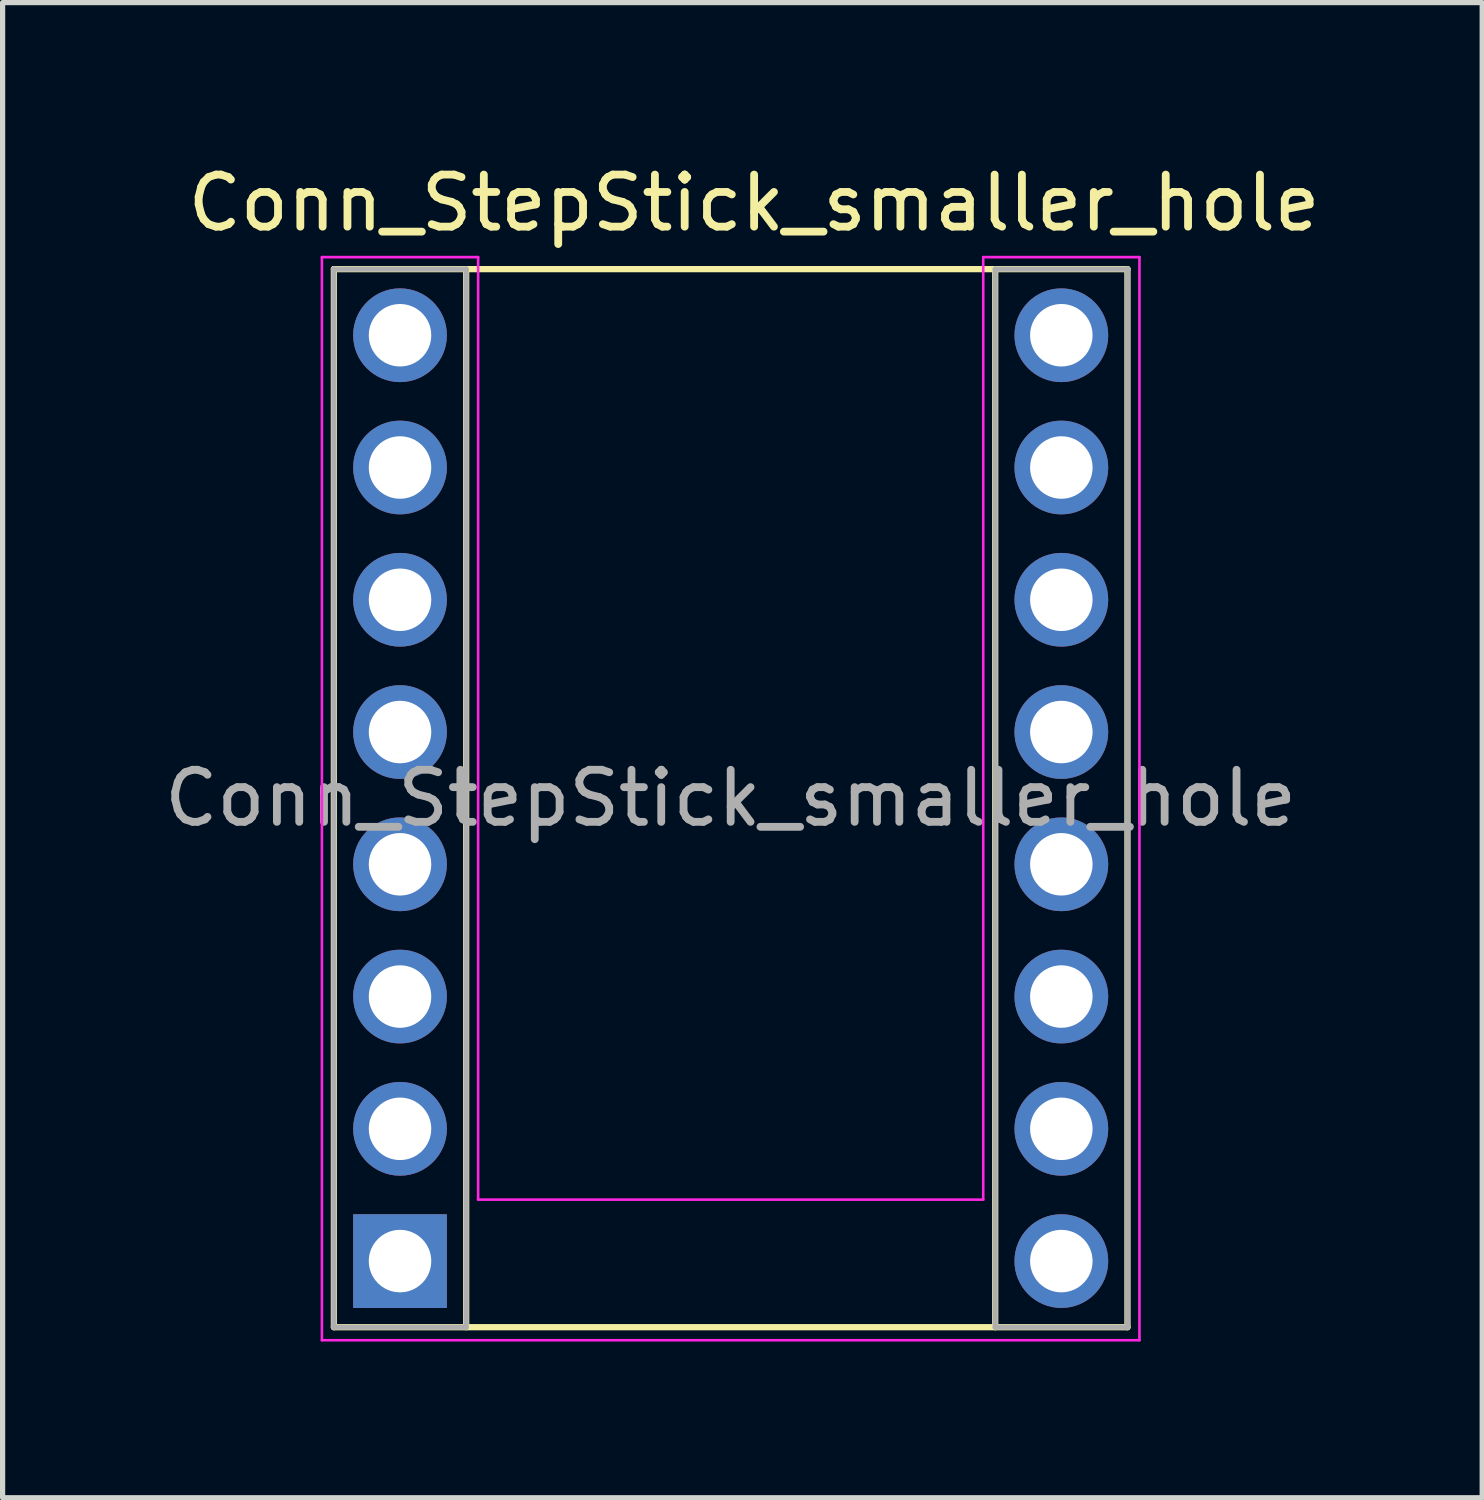
<source format=kicad_pcb>
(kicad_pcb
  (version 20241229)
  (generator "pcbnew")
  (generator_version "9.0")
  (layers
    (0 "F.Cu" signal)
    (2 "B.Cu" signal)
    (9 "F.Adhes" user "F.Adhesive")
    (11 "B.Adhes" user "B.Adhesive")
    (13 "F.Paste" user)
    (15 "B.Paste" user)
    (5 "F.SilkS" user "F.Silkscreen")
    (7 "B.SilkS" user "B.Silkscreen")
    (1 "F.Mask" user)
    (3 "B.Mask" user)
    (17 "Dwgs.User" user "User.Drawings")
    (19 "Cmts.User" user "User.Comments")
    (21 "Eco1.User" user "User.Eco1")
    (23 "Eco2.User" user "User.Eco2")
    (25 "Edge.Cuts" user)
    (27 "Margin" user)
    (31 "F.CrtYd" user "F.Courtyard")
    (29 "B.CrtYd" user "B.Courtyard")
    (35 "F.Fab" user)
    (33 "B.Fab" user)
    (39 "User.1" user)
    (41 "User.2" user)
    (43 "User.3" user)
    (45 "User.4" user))
  (footprint "Conn_StepStick_smaller_hole"
    (layer "F.Cu")
    (at 4.632 21.168)
    (property "Reference" "Conn_StepStick_smaller_hole" (at 6.8 -20.32 0) (layer "F.SilkS") (effects (font (size 1 1) (thickness 0.15))))
    (attr through_hole)
    (fp_line (start -1.27 -19.05) (end 13.97 -19.05) (stroke (width 0.12) (type solid)) (layer "F.SilkS"))
    (fp_line (start -1.27 1.27) (end -1.27 -19.05) (stroke (width 0.12) (type solid)) (layer "F.SilkS"))
    (fp_line (start 1.27 -19.05) (end 1.27 1.27) (stroke (width 0.12) (type solid)) (layer "F.SilkS"))
    (fp_line (start 11.43 -19.05) (end 11.43 1.27) (stroke (width 0.12) (type solid)) (layer "F.SilkS"))
    (fp_line (start 13.97 -19.05) (end 13.97 1.27) (stroke (width 0.12) (type solid)) (layer "F.SilkS"))
    (fp_line (start 13.97 1.27) (end -1.27 1.27) (stroke (width 0.12) (type solid)) (layer "F.SilkS"))
    (fp_line (start -1.5 -19.28) (end 1.5 -19.28) (stroke (width 0.05) (type solid)) (layer "F.CrtYd"))
    (fp_line (start -1.5 1.52) (end -1.5 -19.28) (stroke (width 0.05) (type solid)) (layer "F.CrtYd"))
    (fp_line (start 1.5 -1.18) (end 1.5 -19.28) (stroke (width 0.05) (type solid)) (layer "F.CrtYd"))
    (fp_line (start 11.2 -19.28) (end 11.2 -1.18) (stroke (width 0.05) (type solid)) (layer "F.CrtYd"))
    (fp_line (start 11.2 -1.18) (end 1.5 -1.18) (stroke (width 0.05) (type solid)) (layer "F.CrtYd"))
    (fp_line (start 14.2 -19.28) (end 11.2 -19.28) (stroke (width 0.05) (type solid)) (layer "F.CrtYd"))
    (fp_line (start 14.2 1.52) (end -1.5 1.52) (stroke (width 0.05) (type solid)) (layer "F.CrtYd"))
    (fp_line (start 14.2 1.52) (end 14.2 -19.28) (stroke (width 0.05) (type solid)) (layer "F.CrtYd"))
    (fp_line (start -1.27 -19.05) (end 1.27 -19.05) (stroke (width 0.1) (type solid)) (layer "F.Fab"))
    (fp_line (start -1.27 1.27) (end -1.27 -19.05) (stroke (width 0.1) (type solid)) (layer "F.Fab"))
    (fp_line (start 1.27 -19.05) (end 1.27 1.27) (stroke (width 0.1) (type solid)) (layer "F.Fab"))
    (fp_line (start 1.27 1.27) (end -1.27 1.27) (stroke (width 0.1) (type solid)) (layer "F.Fab"))
    (fp_line (start 11.43 -19.05) (end 13.97 -19.05) (stroke (width 0.1) (type solid)) (layer "F.Fab"))
    (fp_line (start 11.43 1.27) (end 11.43 -19.05) (stroke (width 0.1) (type solid)) (layer "F.Fab"))
    (fp_line (start 13.97 -19.05) (end 13.97 1.27) (stroke (width 0.1) (type solid)) (layer "F.Fab"))
    (fp_line (start 13.97 1.27) (end 11.43 1.27) (stroke (width 0.1) (type solid)) (layer "F.Fab"))
    (fp_text user "${REFERENCE}" (at 6.35 -8.89 0) (layer "F.Fab") (effects (font (size 1 1) (thickness 0.15))))
    (pad "1" thru_hole rect (at 0 0) (size 1.8 1.8) (drill 1.2) (layers "*.Cu" "*.Mask"))
    (pad "2" thru_hole circle (at 0 -2.54) (size 1.8 1.8) (drill 1.2) (layers "*.Cu" "*.Mask"))
    (pad "3" thru_hole circle (at 0 -5.08) (size 1.8 1.8) (drill 1.2) (layers "*.Cu" "*.Mask"))
    (pad "4" thru_hole circle (at 0 -7.62) (size 1.8 1.8) (drill 1.2) (layers "*.Cu" "*.Mask"))
    (pad "5" thru_hole circle (at 0 -10.16) (size 1.8 1.8) (drill 1.2) (layers "*.Cu" "*.Mask"))
    (pad "6" thru_hole circle (at 0 -12.7) (size 1.8 1.8) (drill 1.2) (layers "*.Cu" "*.Mask"))
    (pad "7" thru_hole circle (at 0 -15.24) (size 1.8 1.8) (drill 1.2) (layers "*.Cu" "*.Mask"))
    (pad "8" thru_hole circle (at 0 -17.78) (size 1.8 1.8) (drill 1.2) (layers "*.Cu" "*.Mask"))
    (pad "9" thru_hole circle (at 12.7 -17.78) (size 1.8 1.8) (drill 1.2) (layers "*.Cu" "*.Mask"))
    (pad "10" thru_hole circle (at 12.7 -15.24) (size 1.8 1.8) (drill 1.2) (layers "*.Cu" "*.Mask"))
    (pad "11" thru_hole circle (at 12.7 -12.7) (size 1.8 1.8) (drill 1.2) (layers "*.Cu" "*.Mask"))
    (pad "12" thru_hole circle (at 12.7 -10.16) (size 1.8 1.8) (drill 1.2) (layers "*.Cu" "*.Mask"))
    (pad "13" thru_hole circle (at 12.7 -7.62) (size 1.8 1.8) (drill 1.2) (layers "*.Cu" "*.Mask"))
    (pad "14" thru_hole circle (at 12.7 -5.08) (size 1.8 1.8) (drill 1.2) (layers "*.Cu" "*.Mask"))
    (pad "15" thru_hole circle (at 12.7 -2.54) (size 1.8 1.8) (drill 1.2) (layers "*.Cu" "*.Mask"))
    (pad "16" thru_hole circle (at 12.7 0) (size 1.8 1.8) (drill 1.2) (layers "*.Cu" "*.Mask")))
  (gr_rect
    (start -3 -3)
    (end 25.414 25.713)
    (stroke (width 0.1) (type default))
    (fill no)
    (layer "Edge.Cuts")))
</source>
